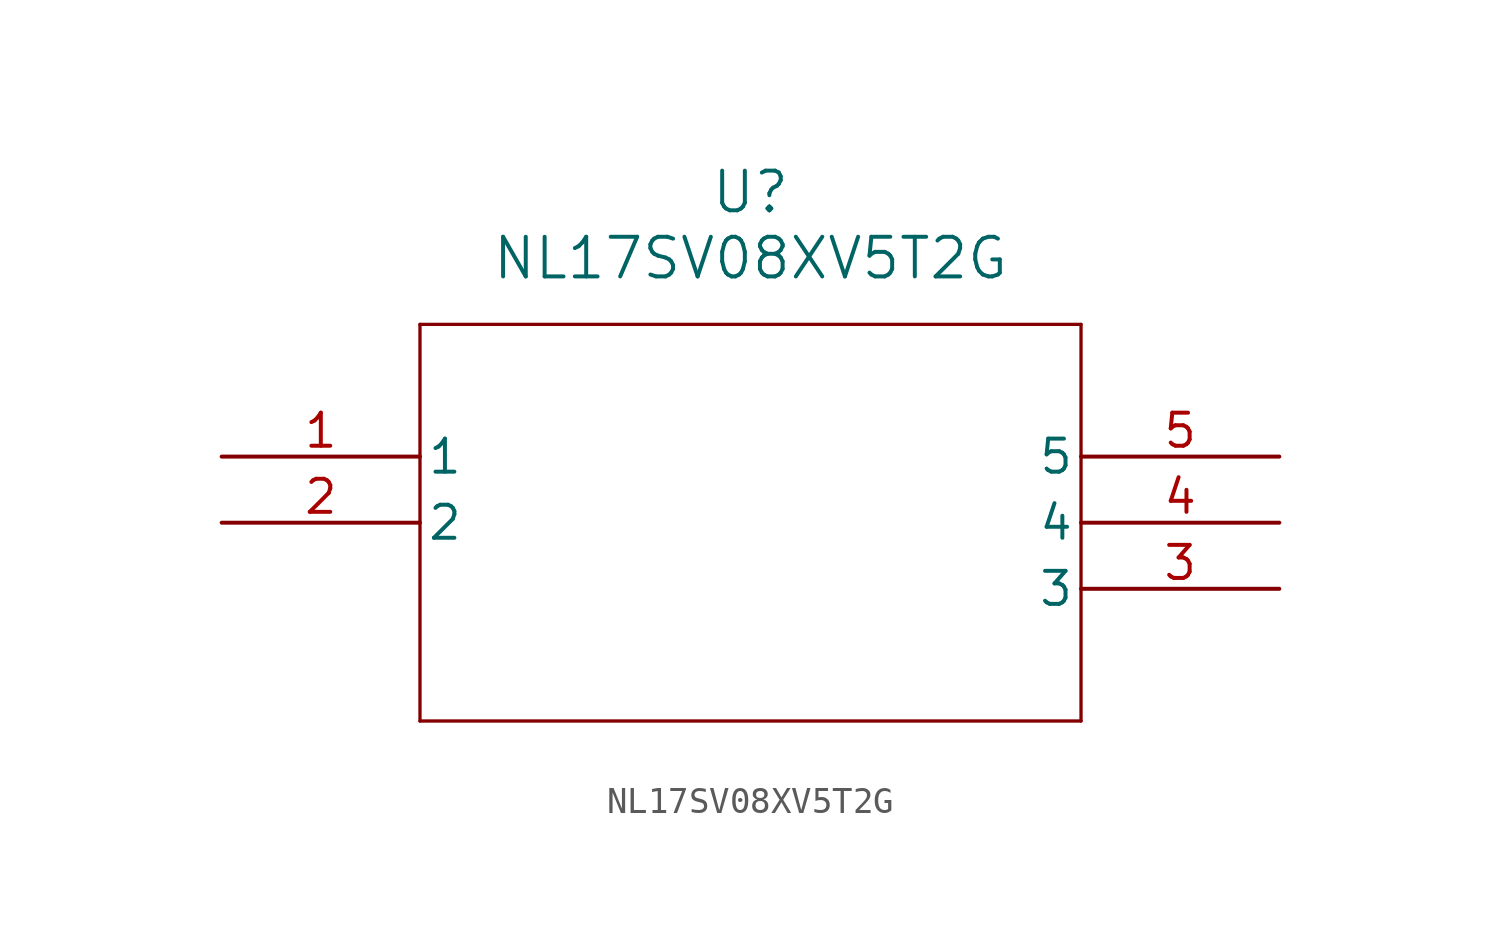
<source format=kicad_sym>
(kicad_symbol_lib
  (version 20211014)
  (generator kicad_symbol_editor)
  (symbol "NL17SV08XV5T2G"
    (pin_names
      (offset 0.254))
    (property "Reference" "U"
      (at 20.32 10.16 0)
      (effects (font (size 1.524 1.524))))
    (property "Value" "NL17SV08XV5T2G"
      (at 20.32 7.62 0)
      (effects (font (size 1.524 1.524))))
    (symbol "NL17SV08XV5T2G_0_1"
      (polyline (pts (xy 7.62 5.08) (xy 7.62 -10.16)) (stroke (width 0.127) (type default) (color 0 0 0 0)) (fill (type none)))
      (polyline (pts (xy 7.62 -10.16) (xy 33.02 -10.16)) (stroke (width 0.127) (type default) (color 0 0 0 0)) (fill (type none)))
      (polyline (pts (xy 33.02 -10.16) (xy 33.02 5.08)) (stroke (width 0.127) (type default) (color 0 0 0 0)) (fill (type none)))
      (polyline (pts (xy 33.02 5.08) (xy 7.62 5.08)) (stroke (width 0.127) (type default) (color 0 0 0 0)) (fill (type none)))
      (pin unspecified line (at 0 0 0) (length 7.62) (name "1" (effects (font (size 1.27 1.27)))) (number "1" (effects (font (size 1.27 1.27)))))
      (pin unspecified line (at 0 -2.54 0) (length 7.62) (name "2" (effects (font (size 1.27 1.27)))) (number "2" (effects (font (size 1.27 1.27)))))
      (pin unspecified line (at 40.64 -5.08 180) (length 7.62) (name "3" (effects (font (size 1.27 1.27)))) (number "3" (effects (font (size 1.27 1.27)))))
      (pin unspecified line (at 40.64 -2.54 180) (length 7.62) (name "4" (effects (font (size 1.27 1.27)))) (number "4" (effects (font (size 1.27 1.27)))))
      (pin unspecified line (at 40.64 0 180) (length 7.62) (name "5" (effects (font (size 1.27 1.27)))) (number "5" (effects (font (size 1.27 1.27))))))))
</source>
